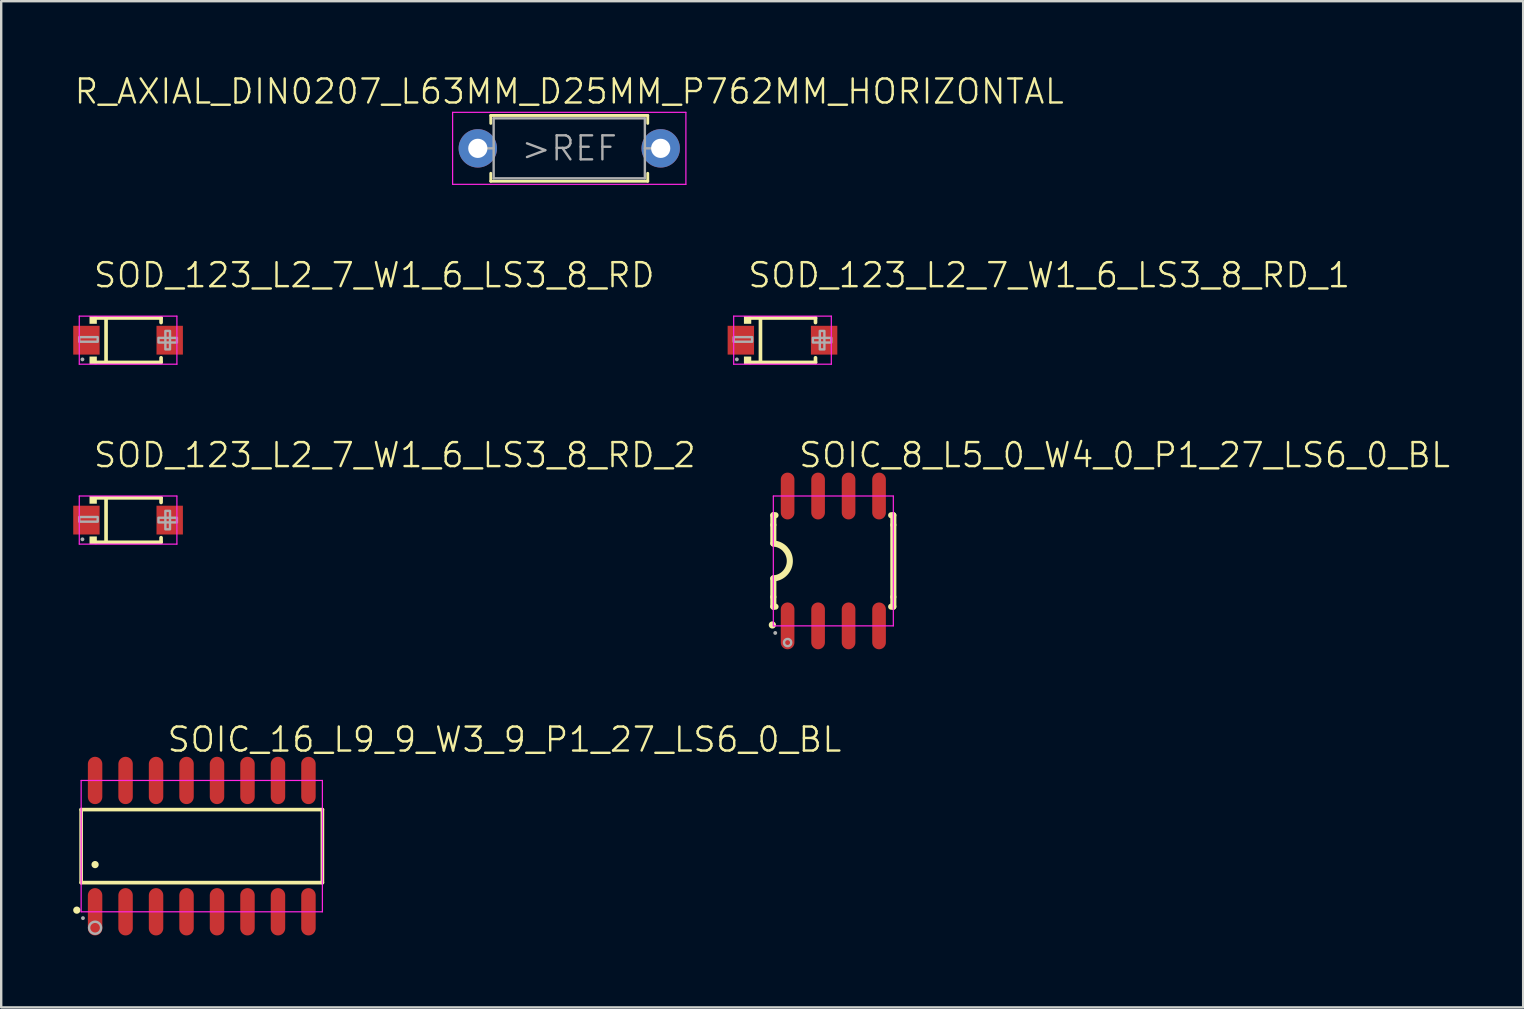
<source format=kicad_pcb>
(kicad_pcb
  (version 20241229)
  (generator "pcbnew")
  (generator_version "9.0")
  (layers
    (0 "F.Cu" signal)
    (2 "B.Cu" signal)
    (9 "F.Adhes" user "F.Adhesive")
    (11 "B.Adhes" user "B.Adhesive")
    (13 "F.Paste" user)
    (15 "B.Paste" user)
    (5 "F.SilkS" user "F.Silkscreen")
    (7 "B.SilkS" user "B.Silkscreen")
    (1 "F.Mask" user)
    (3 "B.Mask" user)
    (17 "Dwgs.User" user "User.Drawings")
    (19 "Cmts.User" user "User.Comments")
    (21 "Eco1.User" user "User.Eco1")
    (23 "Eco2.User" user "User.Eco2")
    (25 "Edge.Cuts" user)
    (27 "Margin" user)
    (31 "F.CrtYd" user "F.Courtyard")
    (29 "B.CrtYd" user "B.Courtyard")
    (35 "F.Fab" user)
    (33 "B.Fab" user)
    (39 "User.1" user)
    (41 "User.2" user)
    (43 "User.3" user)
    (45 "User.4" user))
  (footprint "SOIC_8_L5_0_W4_0_P1_27_LS6_0_BL"
    (layer "F.Cu")
    (at 31.672 20.323)
    (property "Reference" "SOIC_8_L5_0_W4_0_P1_27_LS6_0_BL" (at -1.5 -4.411 0) (layer "F.SilkS") (effects (font (size 1 1) (thickness 0.1)) (justify left)))
    (fp_line (start -2.5 -1.905) (end -2.409 -1.905) (stroke (width 0.254) (type solid)) (layer "F.SilkS"))
    (fp_line (start -2.5 -1.5) (end -2.5 -1.905) (stroke (width 0.254) (type solid)) (layer "F.SilkS"))
    (fp_line (start -2.5 -1.5) (end -2.5 -0.727) (stroke (width 0.254) (type solid)) (layer "F.SilkS"))
    (fp_line (start -2.5 1.5) (end -2.5 0.727) (stroke (width 0.254) (type solid)) (layer "F.SilkS"))
    (fp_line (start -2.5 1.5) (end -2.5 1.905) (stroke (width 0.254) (type solid)) (layer "F.SilkS"))
    (fp_line (start -2.5 1.905) (end -2.409 1.905) (stroke (width 0.254) (type solid)) (layer "F.SilkS"))
    (fp_line (start 2.5 -1.905) (end 2.409 -1.905) (stroke (width 0.254) (type solid)) (layer "F.SilkS"))
    (fp_line (start 2.5 -1.5) (end 2.5 -1.905) (stroke (width 0.254) (type solid)) (layer "F.SilkS"))
    (fp_line (start 2.5 -1.5) (end 2.5 1.5) (stroke (width 0.254) (type solid)) (layer "F.SilkS"))
    (fp_line (start 2.5 1.5) (end 2.5 1.905) (stroke (width 0.254) (type solid)) (layer "F.SilkS"))
    (fp_line (start 2.5 1.905) (end 2.409 1.905) (stroke (width 0.254) (type solid)) (layer "F.SilkS"))
    (fp_arc (start -2.495275 -0.726125) (mid -1.812004 0.002957) (end -2.50018 0.72741) (stroke (width 0.254) (type solid)) (layer "F.SilkS"))
    (fp_poly (pts (xy -2.39 2.667) (xy -2.393 2.638) (xy -2.401 2.61) (xy -2.415 2.584) (xy -2.434 2.561) (xy -2.457 2.543) (xy -2.483 2.529) (xy -2.511 2.52) (xy -2.54 2.518) (xy -2.569 2.52) (xy -2.597 2.529) (xy -2.623 2.543) (xy -2.646 2.561) (xy -2.665 2.584) (xy -2.679 2.61) (xy -2.687 2.638) (xy -2.69 2.667) (xy -2.687 2.697) (xy -2.679 2.725) (xy -2.665 2.751) (xy -2.646 2.774) (xy -2.623 2.792) (xy -2.597 2.806) (xy -2.569 2.815) (xy -2.54 2.817) (xy -2.511 2.815) (xy -2.483 2.806) (xy -2.457 2.792) (xy -2.434 2.774) (xy -2.415 2.751) (xy -2.401 2.725) (xy -2.393 2.697)) (stroke (width 0) (type solid)) (fill yes) (layer "F.SilkS"))
    (fp_line (start -2.5 -2.705) (end -2.5 2.705) (stroke (width 0.05) (type solid)) (layer "F.CrtYd"))
    (fp_line (start -2.5 2.705) (end 2.5 2.705) (stroke (width 0.05) (type solid)) (layer "F.CrtYd"))
    (fp_line (start 2.5 -2.705) (end -2.5 -2.705) (stroke (width 0.05) (type solid)) (layer "F.CrtYd"))
    (fp_line (start 2.5 2.705) (end 2.5 -2.705) (stroke (width 0.05) (type solid)) (layer "F.CrtYd"))
    (fp_poly (pts (xy -2.39 3.001) (xy -2.391 2.995) (xy -2.392 2.989) (xy -2.395 2.984) (xy -2.399 2.979) (xy -2.403 2.976) (xy -2.409 2.973) (xy -2.414 2.971) (xy -2.42 2.97) (xy -2.426 2.971) (xy -2.431 2.973) (xy -2.437 2.976) (xy -2.441 2.979) (xy -2.445 2.984) (xy -2.448 2.989) (xy -2.449 2.995) (xy -2.45 3.001) (xy -2.449 3.006) (xy -2.448 3.012) (xy -2.445 3.017) (xy -2.441 3.022) (xy -2.437 3.025) (xy -2.431 3.028) (xy -2.426 3.03) (xy -2.42 3.03) (xy -2.414 3.03) (xy -2.409 3.028) (xy -2.403 3.025) (xy -2.399 3.022) (xy -2.395 3.017) (xy -2.392 3.012) (xy -2.391 3.006)) (stroke (width 0.1) (type solid)) (fill no) (layer "F.Fab"))
    (fp_poly (pts (xy -1.755 3.401) (xy -1.758 3.371) (xy -1.766 3.343) (xy -1.78 3.317) (xy -1.799 3.294) (xy -1.822 3.276) (xy -1.848 3.262) (xy -1.876 3.253) (xy -1.905 3.251) (xy -1.934 3.253) (xy -1.962 3.262) (xy -1.988 3.276) (xy -2.011 3.294) (xy -2.03 3.317) (xy -2.044 3.343) (xy -2.052 3.371) (xy -2.055 3.401) (xy -2.052 3.43) (xy -2.044 3.458) (xy -2.03 3.484) (xy -2.011 3.507) (xy -1.988 3.525) (xy -1.962 3.539) (xy -1.934 3.548) (xy -1.905 3.55) (xy -1.876 3.548) (xy -1.848 3.539) (xy -1.822 3.525) (xy -1.799 3.507) (xy -1.78 3.484) (xy -1.766 3.458) (xy -1.758 3.43)) (stroke (width 0.1) (type solid)) (fill no) (layer "F.Fab"))
    (pad "1" smd oval (at -1.905 2.705) (size 0.568 1.95) (layers "F.Cu" "F.Mask" "F.Paste"))
    (pad "2" smd oval (at -0.635 2.705) (size 0.568 1.95) (layers "F.Cu" "F.Mask" "F.Paste"))
    (pad "3" smd oval (at 0.635 2.705) (size 0.568 1.95) (layers "F.Cu" "F.Mask" "F.Paste"))
    (pad "4" smd oval (at 1.905 2.705) (size 0.568 1.95) (layers "F.Cu" "F.Mask" "F.Paste"))
    (pad "5" smd oval (at 1.905 -2.705) (size 0.568 1.95) (layers "F.Cu" "F.Mask" "F.Paste"))
    (pad "6" smd oval (at 0.635 -2.705) (size 0.568 1.95) (layers "F.Cu" "F.Mask" "F.Paste"))
    (pad "7" smd oval (at -0.635 -2.705) (size 0.568 1.95) (layers "F.Cu" "F.Mask" "F.Paste"))
    (pad "8" smd oval (at -1.905 -2.705) (size 0.568 1.95) (layers "F.Cu" "F.Mask" "F.Paste")))
  (footprint "SOD_123_L2_7_W1_6_LS3_8_RD_2"
    (layer "F.Cu")
    (at 2.287 18.62)
    (property "Reference" "SOD_123_L2_7_W1_6_LS3_8_RD_2" (at -1.5 -2.708 0) (layer "F.SilkS") (effects (font (size 1 1) (thickness 0.1)) (justify left)))
    (fp_line (start -1.377 -0.926) (end 1.375 -0.926) (stroke (width 0.152) (type solid)) (layer "F.SilkS"))
    (fp_line (start -1.377 0.926) (end 1.375 0.926) (stroke (width 0.152) (type solid)) (layer "F.SilkS"))
    (fp_line (start -0.918 -0.876) (end -0.918 0.876) (stroke (width 0.152) (type solid)) (layer "F.SilkS"))
    (fp_line (start 1.375 -0.926) (end 1.375 -0.734) (stroke (width 0.152) (type solid)) (layer "F.SilkS"))
    (fp_line (start 1.375 0.926) (end 1.375 0.734) (stroke (width 0.152) (type solid)) (layer "F.SilkS"))
    (fp_poly (pts (xy -1.302 -1.002) (xy -1.302 -0.682) (xy -1.607 -0.682) (xy -1.607 -1.002)) (stroke (width 0) (type solid)) (fill yes) (layer "F.SilkS"))
    (fp_poly (pts (xy -1.302 1.002) (xy -1.302 0.682) (xy -1.607 0.682) (xy -1.607 1.002)) (stroke (width 0) (type solid)) (fill yes) (layer "F.SilkS"))
    (fp_line (start -2.034 -1.002) (end -2.034 1.002) (stroke (width 0.05) (type solid)) (layer "F.CrtYd"))
    (fp_line (start -2.034 1.002) (end 2.034 1.002) (stroke (width 0.05) (type solid)) (layer "F.CrtYd"))
    (fp_line (start 2.034 -1.002) (end -2.034 -1.002) (stroke (width 0.05) (type solid)) (layer "F.CrtYd"))
    (fp_line (start 2.034 1.002) (end 2.034 -1.002) (stroke (width 0.05) (type solid)) (layer "F.CrtYd"))
    (fp_poly (pts (xy -2.034 -0.127) (xy -2.034 0.066) (xy -1.266 0.066) (xy -1.266 -0.127)) (stroke (width 0.1) (type solid)) (fill no) (layer "F.Fab"))
    (fp_poly (pts (xy 1.746 0.385) (xy 1.554 0.385) (xy 1.554 -0.384) (xy 1.746 -0.384)) (stroke (width 0.1) (type solid)) (fill no) (layer "F.Fab"))
    (fp_poly (pts (xy 2.034 -0.097) (xy 2.034 0.097) (xy 1.266 0.097) (xy 1.266 -0.097)) (stroke (width 0.1) (type solid)) (fill no) (layer "F.Fab"))
    (fp_poly (pts (xy -1.871 0.8) (xy -1.872 0.795) (xy -1.874 0.789) (xy -1.877 0.784) (xy -1.88 0.779) (xy -1.885 0.776) (xy -1.89 0.773) (xy -1.896 0.771) (xy -1.901 0.77) (xy -1.907 0.771) (xy -1.913 0.773) (xy -1.918 0.776) (xy -1.923 0.779) (xy -1.926 0.784) (xy -1.929 0.789) (xy -1.931 0.795) (xy -1.931 0.8) (xy -1.931 0.806) (xy -1.929 0.812) (xy -1.926 0.817) (xy -1.923 0.822) (xy -1.918 0.825) (xy -1.913 0.828) (xy -1.907 0.83) (xy -1.901 0.831) (xy -1.896 0.83) (xy -1.89 0.828) (xy -1.885 0.825) (xy -1.88 0.822) (xy -1.877 0.817) (xy -1.874 0.812) (xy -1.872 0.806)) (stroke (width 0.1) (type solid)) (fill no) (layer "F.Fab"))
    (pad "1" smd rect (at -1.736 0.001) (size 1.1 1.2) (layers "F.Cu" "F.Mask" "F.Paste"))
    (pad "2" smd rect (at 1.734 0.001) (size 1.1 1.2) (layers "F.Cu" "F.Mask" "F.Paste")))
  (footprint "SOD_123_L2_7_W1_6_LS3_8_RD_1"
    (layer "F.Cu")
    (at 29.554 11.124)
    (property "Reference" "SOD_123_L2_7_W1_6_LS3_8_RD_1" (at -1.5 -2.708 0) (layer "F.SilkS") (effects (font (size 1 1) (thickness 0.1)) (justify left)))
    (fp_line (start -1.377 -0.926) (end 1.375 -0.926) (stroke (width 0.152) (type solid)) (layer "F.SilkS"))
    (fp_line (start -1.377 0.926) (end 1.375 0.926) (stroke (width 0.152) (type solid)) (layer "F.SilkS"))
    (fp_line (start -0.918 -0.876) (end -0.918 0.876) (stroke (width 0.152) (type solid)) (layer "F.SilkS"))
    (fp_line (start 1.375 -0.926) (end 1.375 -0.734) (stroke (width 0.152) (type solid)) (layer "F.SilkS"))
    (fp_line (start 1.375 0.926) (end 1.375 0.734) (stroke (width 0.152) (type solid)) (layer "F.SilkS"))
    (fp_poly (pts (xy -1.302 -1.002) (xy -1.302 -0.682) (xy -1.607 -0.682) (xy -1.607 -1.002)) (stroke (width 0) (type solid)) (fill yes) (layer "F.SilkS"))
    (fp_poly (pts (xy -1.302 1.002) (xy -1.302 0.682) (xy -1.607 0.682) (xy -1.607 1.002)) (stroke (width 0) (type solid)) (fill yes) (layer "F.SilkS"))
    (fp_line (start -2.034 -1.002) (end -2.034 1.002) (stroke (width 0.05) (type solid)) (layer "F.CrtYd"))
    (fp_line (start -2.034 1.002) (end 2.034 1.002) (stroke (width 0.05) (type solid)) (layer "F.CrtYd"))
    (fp_line (start 2.034 -1.002) (end -2.034 -1.002) (stroke (width 0.05) (type solid)) (layer "F.CrtYd"))
    (fp_line (start 2.034 1.002) (end 2.034 -1.002) (stroke (width 0.05) (type solid)) (layer "F.CrtYd"))
    (fp_poly (pts (xy -2.034 -0.127) (xy -2.034 0.066) (xy -1.266 0.066) (xy -1.266 -0.127)) (stroke (width 0.1) (type solid)) (fill no) (layer "F.Fab"))
    (fp_poly (pts (xy 1.746 0.385) (xy 1.554 0.385) (xy 1.554 -0.384) (xy 1.746 -0.384)) (stroke (width 0.1) (type solid)) (fill no) (layer "F.Fab"))
    (fp_poly (pts (xy 2.034 -0.097) (xy 2.034 0.097) (xy 1.266 0.097) (xy 1.266 -0.097)) (stroke (width 0.1) (type solid)) (fill no) (layer "F.Fab"))
    (fp_poly (pts (xy -1.871 0.8) (xy -1.872 0.795) (xy -1.874 0.789) (xy -1.877 0.784) (xy -1.88 0.779) (xy -1.885 0.776) (xy -1.89 0.773) (xy -1.896 0.771) (xy -1.901 0.77) (xy -1.907 0.771) (xy -1.913 0.773) (xy -1.918 0.776) (xy -1.923 0.779) (xy -1.926 0.784) (xy -1.929 0.789) (xy -1.931 0.795) (xy -1.931 0.8) (xy -1.931 0.806) (xy -1.929 0.812) (xy -1.926 0.817) (xy -1.923 0.822) (xy -1.918 0.825) (xy -1.913 0.828) (xy -1.907 0.83) (xy -1.901 0.831) (xy -1.896 0.83) (xy -1.89 0.828) (xy -1.885 0.825) (xy -1.88 0.822) (xy -1.877 0.817) (xy -1.874 0.812) (xy -1.872 0.806)) (stroke (width 0.1) (type solid)) (fill no) (layer "F.Fab"))
    (pad "1" smd rect (at -1.736 0.001) (size 1.1 1.2) (layers "F.Cu" "F.Mask" "F.Paste"))
    (pad "2" smd rect (at 1.734 0.001) (size 1.1 1.2) (layers "F.Cu" "F.Mask" "F.Paste")))
  (footprint "R_AXIAL_DIN0207_L63MM_D25MM_P762MM_HORIZONTAL"
    (layer "F.Cu")
    (at 16.859 3.131)
    (property "Reference" "R_AXIAL_DIN0207_L63MM_D25MM_P762MM_HORIZONTAL" (at 3.81 -2.37 0) (layer "F.SilkS") (effects (font (size 1 1) (thickness 0.1))))
    (fp_line (start 0.54 -1.37) (end 7.08 -1.37) (stroke (width 0.12) (type solid)) (layer "F.SilkS"))
    (fp_line (start 0.54 -1.04) (end 0.54 -1.37) (stroke (width 0.12) (type solid)) (layer "F.SilkS"))
    (fp_line (start 0.54 1.04) (end 0.54 1.37) (stroke (width 0.12) (type solid)) (layer "F.SilkS"))
    (fp_line (start 0.54 1.37) (end 7.08 1.37) (stroke (width 0.12) (type solid)) (layer "F.SilkS"))
    (fp_line (start 7.08 -1.37) (end 7.08 -1.04) (stroke (width 0.12) (type solid)) (layer "F.SilkS"))
    (fp_line (start 7.08 1.37) (end 7.08 1.04) (stroke (width 0.12) (type solid)) (layer "F.SilkS"))
    (fp_line (start -1.05 -1.5) (end -1.05 1.5) (stroke (width 0.05) (type solid)) (layer "F.CrtYd"))
    (fp_line (start -1.05 1.5) (end 8.67 1.5) (stroke (width 0.05) (type solid)) (layer "F.CrtYd"))
    (fp_line (start 8.67 -1.5) (end -1.05 -1.5) (stroke (width 0.05) (type solid)) (layer "F.CrtYd"))
    (fp_line (start 8.67 1.5) (end 8.67 -1.5) (stroke (width 0.05) (type solid)) (layer "F.CrtYd"))
    (fp_line (start 0 0) (end 0.66 0) (stroke (width 0.1) (type solid)) (layer "F.Fab"))
    (fp_line (start 0.66 -1.25) (end 0.66 1.25) (stroke (width 0.1) (type solid)) (layer "F.Fab"))
    (fp_line (start 0.66 1.25) (end 6.96 1.25) (stroke (width 0.1) (type solid)) (layer "F.Fab"))
    (fp_line (start 6.96 -1.25) (end 0.66 -1.25) (stroke (width 0.1) (type solid)) (layer "F.Fab"))
    (fp_line (start 6.96 1.25) (end 6.96 -1.25) (stroke (width 0.1) (type solid)) (layer "F.Fab"))
    (fp_line (start 7.62 0) (end 6.96 0) (stroke (width 0.1) (type solid)) (layer "F.Fab"))
    (fp_text user ">REF" (at 3.81 0 0) (layer "F.Fab") (effects (font (size 1 1) (thickness 0.1))))
    (pad "1" thru_hole circle (at 0 0) (size 1.6 1.6) (drill 0.8) (layers "*.Cu" "*.Mask"))
    (pad "2" thru_hole oval (at 7.62 0) (size 1.6 1.6) (drill 0.8) (layers "*.Cu" "*.Mask")))
  (footprint "SOIC_16_L9_9_W3_9_P1_27_LS6_0_BL"
    (layer "F.Cu")
    (at 5.357 32.205)
    (property "Reference" "SOIC_16_L9_9_W3_9_P1_27_LS6_0_BL" (at -1.5 -4.441 0) (layer "F.SilkS") (effects (font (size 1 1) (thickness 0.1)) (justify left)))
    (fp_line (start -5.026 -1.522) (end 5.026 -1.522) (stroke (width 0.152) (type solid)) (layer "F.SilkS"))
    (fp_line (start -5.026 1.522) (end -5.026 -1.522) (stroke (width 0.152) (type solid)) (layer "F.SilkS"))
    (fp_line (start 5.026 -1.522) (end 5.026 1.522) (stroke (width 0.152) (type solid)) (layer "F.SilkS"))
    (fp_line (start 5.026 1.522) (end -5.026 1.522) (stroke (width 0.152) (type solid)) (layer "F.SilkS"))
    (fp_poly (pts (xy -5.057 2.667) (xy -5.06 2.638) (xy -5.068 2.61) (xy -5.082 2.584) (xy -5.101 2.561) (xy -5.124 2.543) (xy -5.15 2.529) (xy -5.178 2.52) (xy -5.207 2.518) (xy -5.236 2.52) (xy -5.264 2.529) (xy -5.29 2.543) (xy -5.313 2.561) (xy -5.332 2.584) (xy -5.346 2.61) (xy -5.354 2.638) (xy -5.357 2.667) (xy -5.354 2.697) (xy -5.346 2.725) (xy -5.332 2.751) (xy -5.313 2.774) (xy -5.29 2.792) (xy -5.264 2.806) (xy -5.236 2.815) (xy -5.207 2.817) (xy -5.178 2.815) (xy -5.15 2.806) (xy -5.124 2.792) (xy -5.101 2.774) (xy -5.082 2.751) (xy -5.068 2.725) (xy -5.06 2.697)) (stroke (width 0) (type solid)) (fill yes) (layer "F.SilkS"))
    (fp_poly (pts (xy -4.295 0.769) (xy -4.298 0.74) (xy -4.306 0.712) (xy -4.32 0.686) (xy -4.339 0.663) (xy -4.362 0.645) (xy -4.388 0.631) (xy -4.416 0.622) (xy -4.445 0.62) (xy -4.474 0.622) (xy -4.502 0.631) (xy -4.528 0.645) (xy -4.551 0.663) (xy -4.57 0.686) (xy -4.584 0.712) (xy -4.592 0.74) (xy -4.595 0.769) (xy -4.592 0.799) (xy -4.584 0.827) (xy -4.57 0.853) (xy -4.551 0.876) (xy -4.528 0.894) (xy -4.502 0.908) (xy -4.474 0.917) (xy -4.445 0.919) (xy -4.416 0.917) (xy -4.388 0.908) (xy -4.362 0.894) (xy -4.339 0.876) (xy -4.32 0.853) (xy -4.306 0.827) (xy -4.298 0.799)) (stroke (width 0) (type solid)) (fill yes) (layer "F.SilkS"))
    (fp_line (start -5.026 -2.736) (end -5.026 2.736) (stroke (width 0.05) (type solid)) (layer "F.CrtYd"))
    (fp_line (start -5.026 2.736) (end 5.026 2.736) (stroke (width 0.05) (type solid)) (layer "F.CrtYd"))
    (fp_line (start 5.026 -2.736) (end -5.026 -2.736) (stroke (width 0.05) (type solid)) (layer "F.CrtYd"))
    (fp_line (start 5.026 2.736) (end 5.026 -2.736) (stroke (width 0.05) (type solid)) (layer "F.CrtYd"))
    (fp_poly (pts (xy -4.92 3.001) (xy -4.921 2.995) (xy -4.922 2.989) (xy -4.925 2.984) (xy -4.929 2.979) (xy -4.933 2.976) (xy -4.939 2.973) (xy -4.944 2.971) (xy -4.95 2.97) (xy -4.956 2.971) (xy -4.961 2.973) (xy -4.967 2.976) (xy -4.971 2.979) (xy -4.975 2.984) (xy -4.978 2.989) (xy -4.979 2.995) (xy -4.98 3.001) (xy -4.979 3.006) (xy -4.978 3.012) (xy -4.975 3.017) (xy -4.971 3.022) (xy -4.967 3.025) (xy -4.961 3.028) (xy -4.956 3.03) (xy -4.95 3.03) (xy -4.944 3.03) (xy -4.939 3.028) (xy -4.933 3.025) (xy -4.929 3.022) (xy -4.925 3.017) (xy -4.922 3.012) (xy -4.921 3.006)) (stroke (width 0.1) (type solid)) (fill no) (layer "F.Fab"))
    (fp_poly (pts (xy -4.195 3.401) (xy -4.2 3.352) (xy -4.214 3.305) (xy -4.237 3.262) (xy -4.268 3.224) (xy -4.306 3.193) (xy -4.349 3.17) (xy -4.396 3.155) (xy -4.445 3.151) (xy -4.494 3.155) (xy -4.541 3.17) (xy -4.584 3.193) (xy -4.622 3.224) (xy -4.653 3.262) (xy -4.676 3.305) (xy -4.69 3.352) (xy -4.695 3.401) (xy -4.69 3.449) (xy -4.676 3.496) (xy -4.653 3.539) (xy -4.622 3.577) (xy -4.584 3.608) (xy -4.541 3.631) (xy -4.494 3.646) (xy -4.445 3.651) (xy -4.396 3.646) (xy -4.349 3.631) (xy -4.306 3.608) (xy -4.268 3.577) (xy -4.237 3.539) (xy -4.214 3.496) (xy -4.2 3.449)) (stroke (width 0.1) (type solid)) (fill no) (layer "F.Fab"))
    (pad "1" smd oval (at -4.445 2.736) (size 0.602 1.971) (layers "F.Cu" "F.Mask" "F.Paste"))
    (pad "2" smd oval (at -3.175 2.736) (size 0.602 1.971) (layers "F.Cu" "F.Mask" "F.Paste"))
    (pad "3" smd oval (at -1.905 2.736) (size 0.602 1.971) (layers "F.Cu" "F.Mask" "F.Paste"))
    (pad "4" smd oval (at -0.635 2.736) (size 0.602 1.971) (layers "F.Cu" "F.Mask" "F.Paste"))
    (pad "5" smd oval (at 0.635 2.736) (size 0.602 1.971) (layers "F.Cu" "F.Mask" "F.Paste"))
    (pad "6" smd oval (at 1.905 2.736) (size 0.602 1.971) (layers "F.Cu" "F.Mask" "F.Paste"))
    (pad "7" smd oval (at 3.175 2.736) (size 0.602 1.971) (layers "F.Cu" "F.Mask" "F.Paste"))
    (pad "8" smd oval (at 4.445 2.736) (size 0.602 1.971) (layers "F.Cu" "F.Mask" "F.Paste"))
    (pad "9" smd oval (at 4.445 -2.736) (size 0.602 1.971) (layers "F.Cu" "F.Mask" "F.Paste"))
    (pad "10" smd oval (at 3.175 -2.736) (size 0.602 1.971) (layers "F.Cu" "F.Mask" "F.Paste"))
    (pad "11" smd oval (at 1.905 -2.736) (size 0.602 1.971) (layers "F.Cu" "F.Mask" "F.Paste"))
    (pad "12" smd oval (at 0.635 -2.736) (size 0.602 1.971) (layers "F.Cu" "F.Mask" "F.Paste"))
    (pad "13" smd oval (at -0.635 -2.736) (size 0.602 1.971) (layers "F.Cu" "F.Mask" "F.Paste"))
    (pad "14" smd oval (at -1.905 -2.736) (size 0.602 1.971) (layers "F.Cu" "F.Mask" "F.Paste"))
    (pad "15" smd oval (at -3.175 -2.736) (size 0.602 1.971) (layers "F.Cu" "F.Mask" "F.Paste"))
    (pad "16" smd oval (at -4.445 -2.736) (size 0.602 1.971) (layers "F.Cu" "F.Mask" "F.Paste")))
  (footprint "SOD_123_L2_7_W1_6_LS3_8_RD"
    (layer "F.Cu")
    (at 2.287 11.124)
    (property "Reference" "SOD_123_L2_7_W1_6_LS3_8_RD" (at -1.5 -2.708 0) (layer "F.SilkS") (effects (font (size 1 1) (thickness 0.1)) (justify left)))
    (fp_line (start -1.377 -0.926) (end 1.375 -0.926) (stroke (width 0.152) (type solid)) (layer "F.SilkS"))
    (fp_line (start -1.377 0.926) (end 1.375 0.926) (stroke (width 0.152) (type solid)) (layer "F.SilkS"))
    (fp_line (start -0.918 -0.876) (end -0.918 0.876) (stroke (width 0.152) (type solid)) (layer "F.SilkS"))
    (fp_line (start 1.375 -0.926) (end 1.375 -0.734) (stroke (width 0.152) (type solid)) (layer "F.SilkS"))
    (fp_line (start 1.375 0.926) (end 1.375 0.734) (stroke (width 0.152) (type solid)) (layer "F.SilkS"))
    (fp_poly (pts (xy -1.302 -1.002) (xy -1.302 -0.682) (xy -1.607 -0.682) (xy -1.607 -1.002)) (stroke (width 0) (type solid)) (fill yes) (layer "F.SilkS"))
    (fp_poly (pts (xy -1.302 1.002) (xy -1.302 0.682) (xy -1.607 0.682) (xy -1.607 1.002)) (stroke (width 0) (type solid)) (fill yes) (layer "F.SilkS"))
    (fp_line (start -2.034 -1.002) (end -2.034 1.002) (stroke (width 0.05) (type solid)) (layer "F.CrtYd"))
    (fp_line (start -2.034 1.002) (end 2.034 1.002) (stroke (width 0.05) (type solid)) (layer "F.CrtYd"))
    (fp_line (start 2.034 -1.002) (end -2.034 -1.002) (stroke (width 0.05) (type solid)) (layer "F.CrtYd"))
    (fp_line (start 2.034 1.002) (end 2.034 -1.002) (stroke (width 0.05) (type solid)) (layer "F.CrtYd"))
    (fp_poly (pts (xy -2.034 -0.127) (xy -2.034 0.066) (xy -1.266 0.066) (xy -1.266 -0.127)) (stroke (width 0.1) (type solid)) (fill no) (layer "F.Fab"))
    (fp_poly (pts (xy 1.746 0.385) (xy 1.554 0.385) (xy 1.554 -0.384) (xy 1.746 -0.384)) (stroke (width 0.1) (type solid)) (fill no) (layer "F.Fab"))
    (fp_poly (pts (xy 2.034 -0.097) (xy 2.034 0.097) (xy 1.266 0.097) (xy 1.266 -0.097)) (stroke (width 0.1) (type solid)) (fill no) (layer "F.Fab"))
    (fp_poly (pts (xy -1.871 0.8) (xy -1.872 0.795) (xy -1.874 0.789) (xy -1.877 0.784) (xy -1.88 0.779) (xy -1.885 0.776) (xy -1.89 0.773) (xy -1.896 0.771) (xy -1.901 0.77) (xy -1.907 0.771) (xy -1.913 0.773) (xy -1.918 0.776) (xy -1.923 0.779) (xy -1.926 0.784) (xy -1.929 0.789) (xy -1.931 0.795) (xy -1.931 0.8) (xy -1.931 0.806) (xy -1.929 0.812) (xy -1.926 0.817) (xy -1.923 0.822) (xy -1.918 0.825) (xy -1.913 0.828) (xy -1.907 0.83) (xy -1.901 0.831) (xy -1.896 0.83) (xy -1.89 0.828) (xy -1.885 0.825) (xy -1.88 0.822) (xy -1.877 0.817) (xy -1.874 0.812) (xy -1.872 0.806)) (stroke (width 0.1) (type solid)) (fill no) (layer "F.Fab"))
    (pad "1" smd rect (at -1.736 0.001) (size 1.1 1.2) (layers "F.Cu" "F.Mask" "F.Paste"))
    (pad "2" smd rect (at 1.734 0.001) (size 1.1 1.2) (layers "F.Cu" "F.Mask" "F.Paste")))
  (gr_rect
    (start -3 -3)
    (end 60.415 38.926)
    (stroke (width 0.1) (type default))
    (fill no)
    (layer "Edge.Cuts")))
</source>
